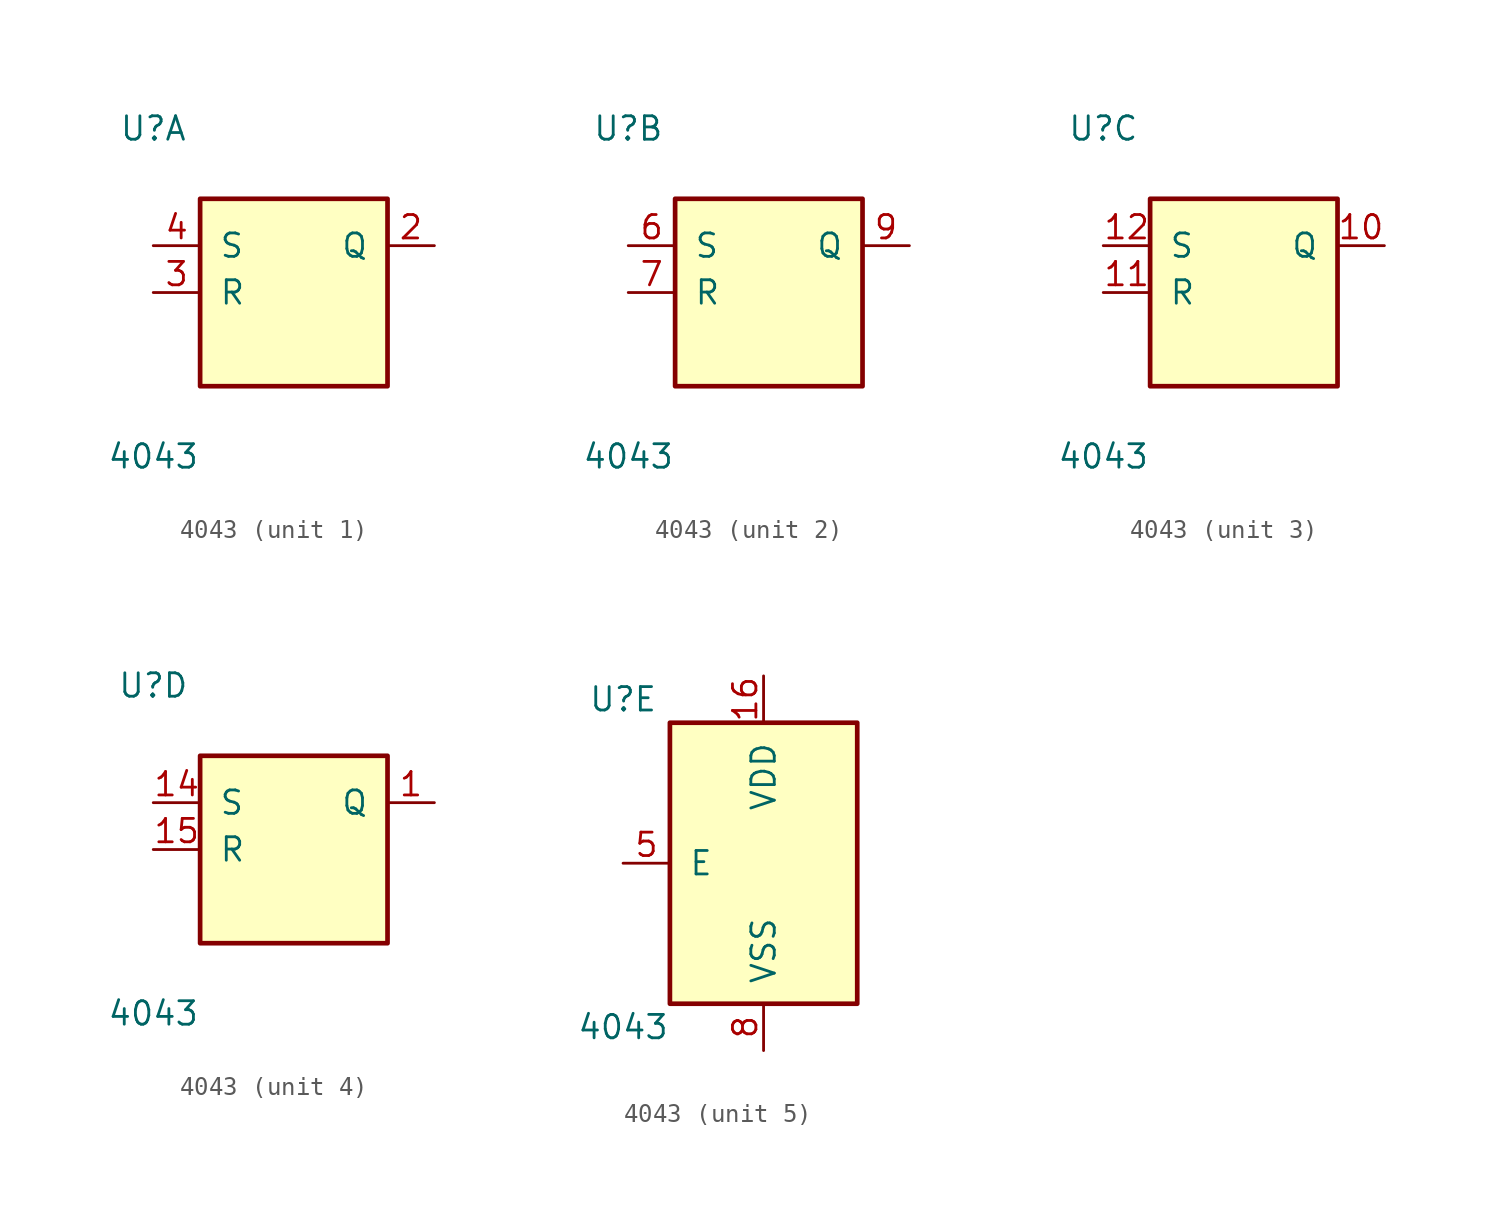
<source format=kicad_sym>
(kicad_symbol_lib
  (version 20220914)
  (generator kicad_symbol_editor)
  (symbol "4043"
    (pin_names
      (offset 1.016))
    (property "Reference" "U"
      (at -7.62 8.89 0)
      (effects (font (size 1.27 1.27))))
    (property "Value" "4043"
      (at -7.62 -8.89 0)
      (effects (font (size 1.27 1.27))))
    (property "ki_locked" ""
      (at 0 0 0)
      (effects (font (size 1.27 1.27))))
    (symbol "4043_1_1"
      (rectangle (start -5.08 5.08) (end 5.08 -5.08) (stroke (width 0.254) (type default)) (fill (type background)))
      (pin output line (at 7.62 2.54 180) (length 2.54) (name "Q" (effects (font (size 1.27 1.27)))) (number "2" (effects (font (size 1.27 1.27)))))
      (pin input line (at -7.62 0 0) (length 2.54) (name "R" (effects (font (size 1.27 1.27)))) (number "3" (effects (font (size 1.27 1.27)))))
      (pin input line (at -7.62 2.54 0) (length 2.54) (name "S" (effects (font (size 1.27 1.27)))) (number "4" (effects (font (size 1.27 1.27))))))
    (symbol "4043_2_1"
      (rectangle (start -5.08 5.08) (end 5.08 -5.08) (stroke (width 0.254) (type default)) (fill (type background)))
      (pin input line (at -7.62 2.54 0) (length 2.54) (name "S" (effects (font (size 1.27 1.27)))) (number "6" (effects (font (size 1.27 1.27)))))
      (pin input line (at -7.62 0 0) (length 2.54) (name "R" (effects (font (size 1.27 1.27)))) (number "7" (effects (font (size 1.27 1.27)))))
      (pin output line (at 7.62 2.54 180) (length 2.54) (name "Q" (effects (font (size 1.27 1.27)))) (number "9" (effects (font (size 1.27 1.27))))))
    (symbol "4043_3_1"
      (rectangle (start -5.08 5.08) (end 5.08 -5.08) (stroke (width 0.254) (type default)) (fill (type background)))
      (pin output line (at 7.62 2.54 180) (length 2.54) (name "Q" (effects (font (size 1.27 1.27)))) (number "10" (effects (font (size 1.27 1.27)))))
      (pin input line (at -7.62 0 0) (length 2.54) (name "R" (effects (font (size 1.27 1.27)))) (number "11" (effects (font (size 1.27 1.27)))))
      (pin input line (at -7.62 2.54 0) (length 2.54) (name "S" (effects (font (size 1.27 1.27)))) (number "12" (effects (font (size 1.27 1.27))))))
    (symbol "4043_4_1"
      (rectangle (start -5.08 5.08) (end 5.08 -5.08) (stroke (width 0.254) (type default)) (fill (type background)))
      (pin output line (at 7.62 2.54 180) (length 2.54) (name "Q" (effects (font (size 1.27 1.27)))) (number "1" (effects (font (size 1.27 1.27)))))
      (pin input line (at -7.62 2.54 0) (length 2.54) (name "S" (effects (font (size 1.27 1.27)))) (number "14" (effects (font (size 1.27 1.27)))))
      (pin input line (at -7.62 0 0) (length 2.54) (name "R" (effects (font (size 1.27 1.27)))) (number "15" (effects (font (size 1.27 1.27))))))
    (symbol "4043_5_0"
      (pin power_in line (at 0 10.16 270) (length 2.54) (name "VDD" (effects (font (size 1.27 1.27)))) (number "16" (effects (font (size 1.27 1.27)))))
      (pin input line (at -7.62 0 0) (length 2.54) (name "E" (effects (font (size 1.27 1.27)))) (number "5" (effects (font (size 1.27 1.27)))))
      (pin power_in line (at 0 -10.16 90) (length 2.54) (name "VSS" (effects (font (size 1.27 1.27)))) (number "8" (effects (font (size 1.27 1.27))))))
    (symbol "4043_5_1"
      (rectangle (start -5.08 7.62) (end 5.08 -7.62) (stroke (width 0.254) (type default)) (fill (type background))))))
</source>
